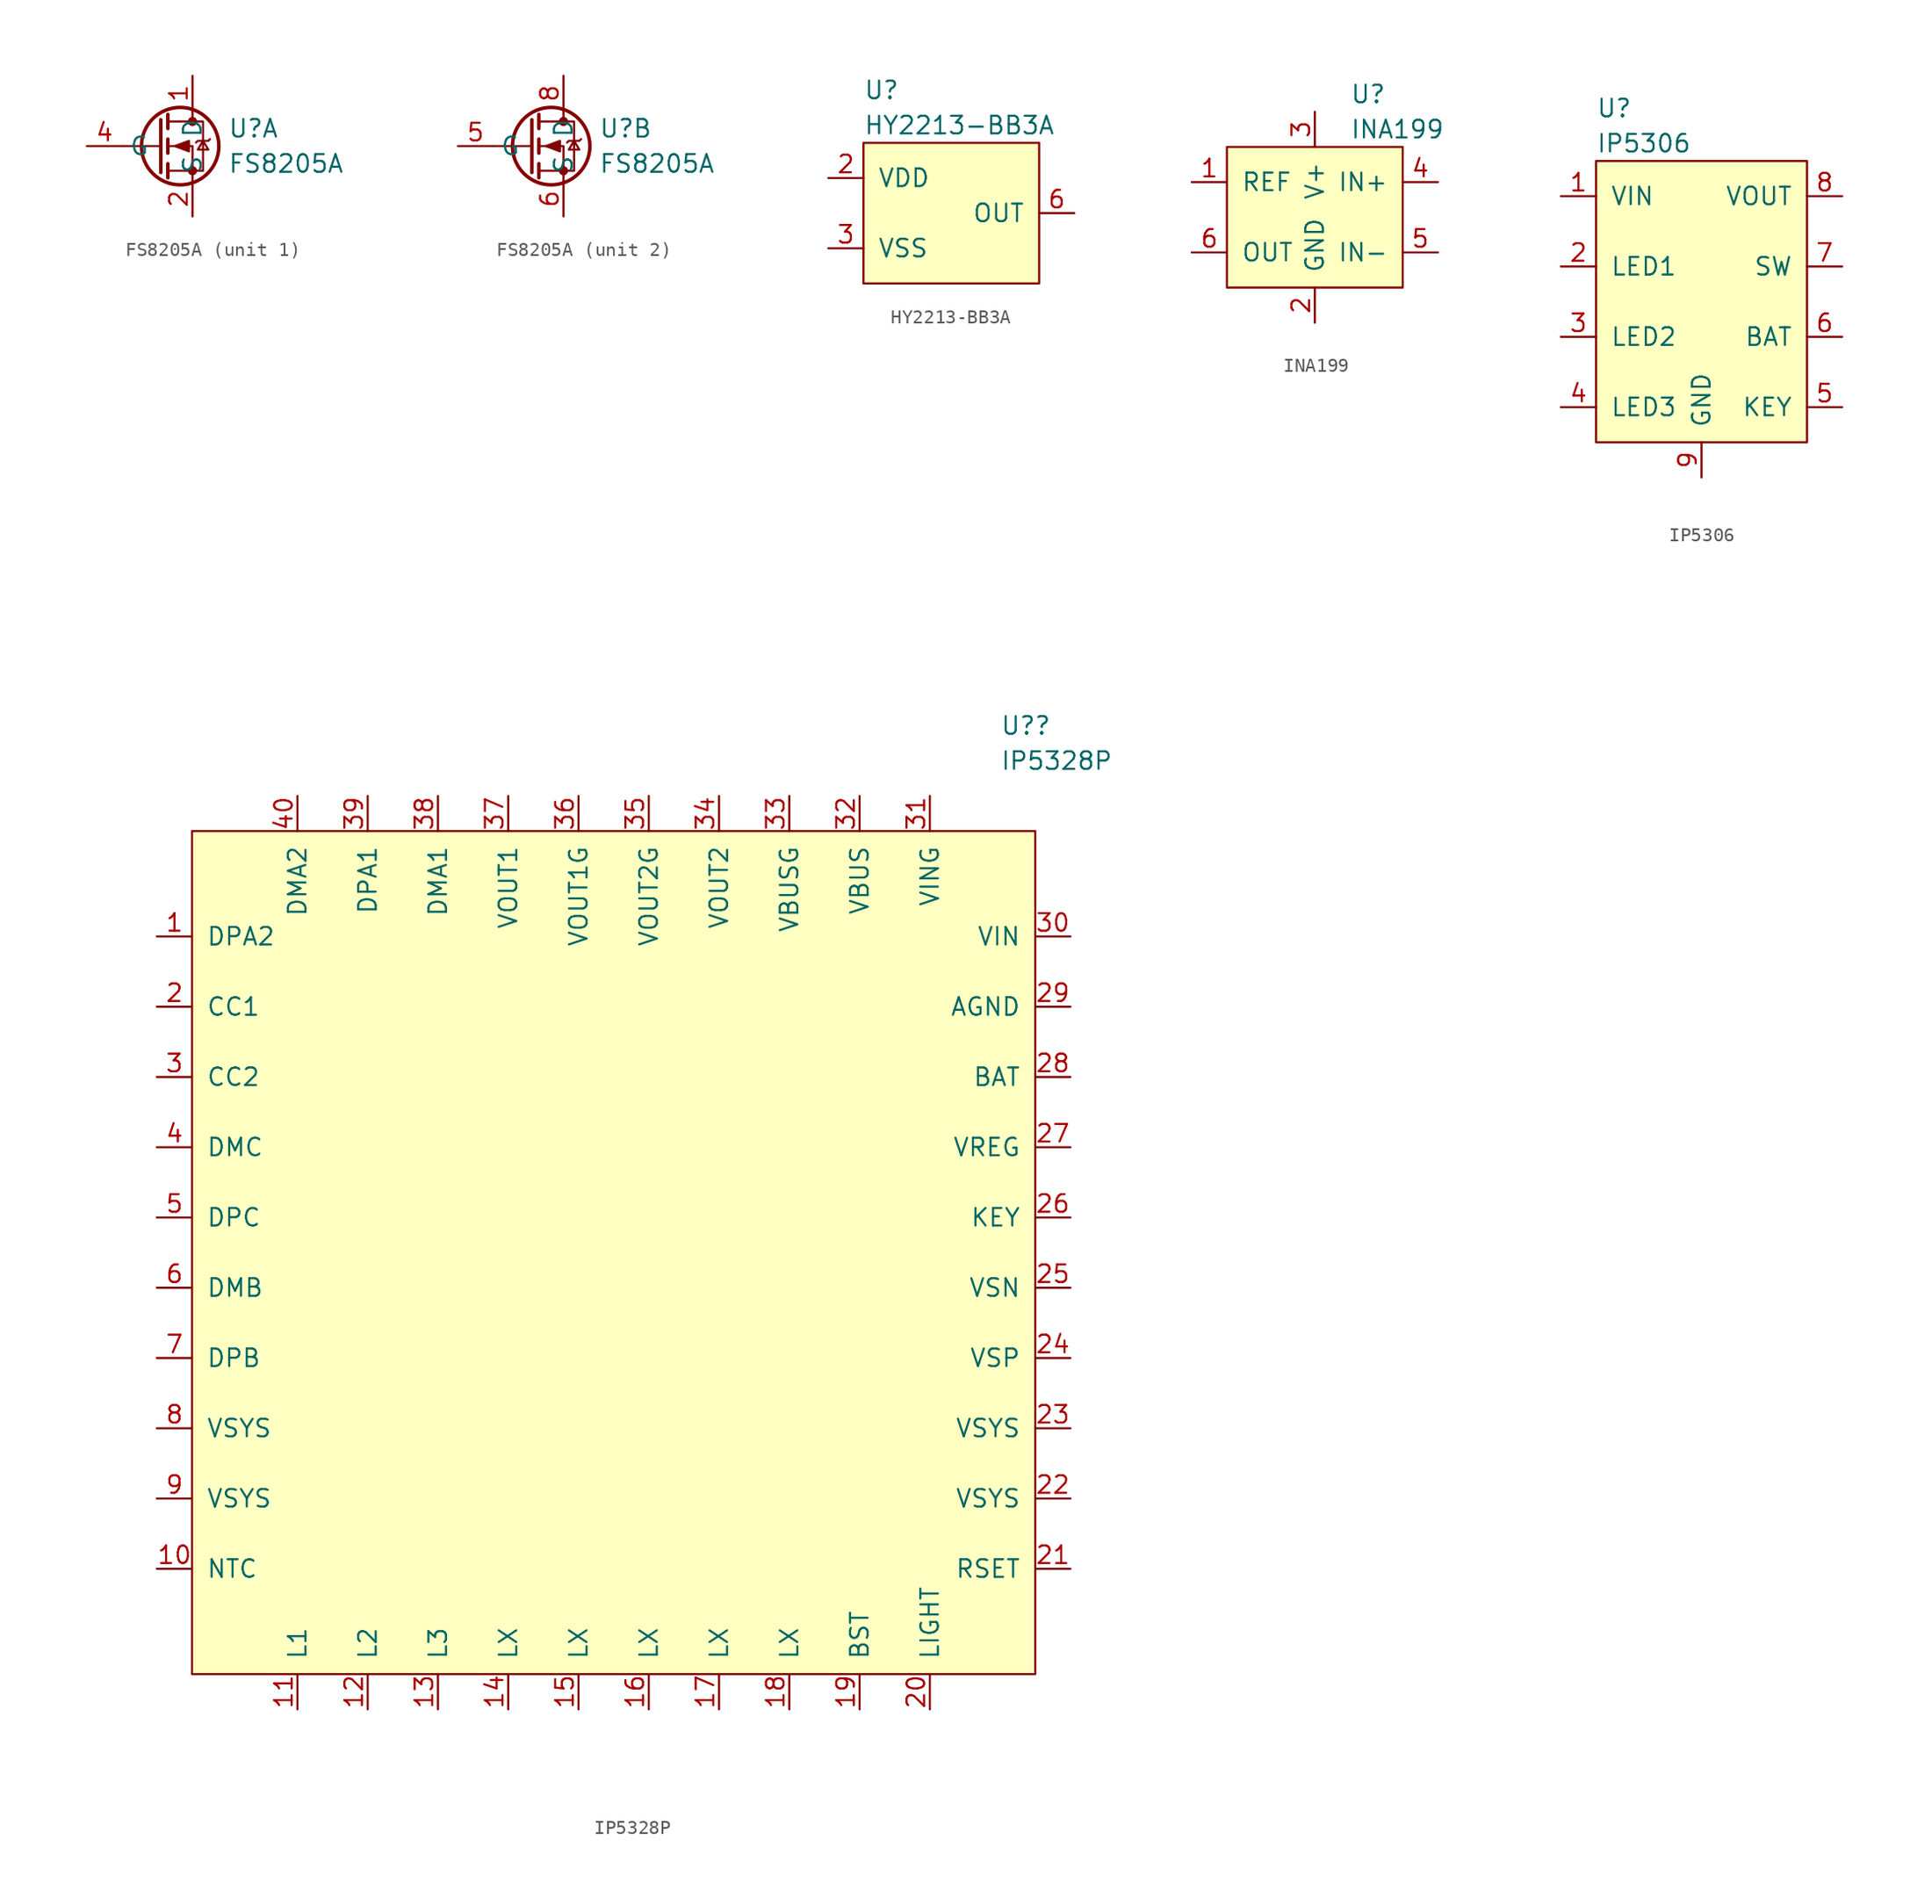
<source format=kicad_sym>
(kicad_symbol_lib
  (version 20220914)
  (generator kicad_symbol_editor)
  (symbol "FS8205A"
    (property "Reference" "U"
      (at 5.08 1.27 0)
      (effects (font (size 1.27 1.27)) (justify left)))
    (property "Value" "FS8205A"
      (at 5.08 -1.27 0)
      (effects (font (size 1.27 1.27)) (justify left)))
    (symbol "FS8205A_1_1"
      (polyline (pts (xy 0.254 0) (xy -2.54 0)) (stroke (width 0) (type default)) (fill (type none)))
      (polyline (pts (xy 0.254 1.905) (xy 0.254 -1.905)) (stroke (width 0.254) (type default)) (fill (type none)))
      (polyline (pts (xy 0.762 -1.27) (xy 0.762 -2.286)) (stroke (width 0.254) (type default)) (fill (type none)))
      (polyline (pts (xy 0.762 0.508) (xy 0.762 -0.508)) (stroke (width 0.254) (type default)) (fill (type none)))
      (polyline (pts (xy 0.762 2.286) (xy 0.762 1.27)) (stroke (width 0.254) (type default)) (fill (type none)))
      (polyline (pts (xy 2.54 2.54) (xy 2.54 1.778)) (stroke (width 0) (type default)) (fill (type none)))
      (polyline (pts (xy 2.54 -2.54) (xy 2.54 0) (xy 0.762 0)) (stroke (width 0) (type default)) (fill (type none)))
      (polyline (pts (xy 0.762 1.778) (xy 3.302 1.778) (xy 3.302 -1.778) (xy 0.762 -1.778)) (stroke (width 0) (type default)) (fill (type none)))
      (polyline (pts (xy 1.27 0) (xy 2.286 -0.381) (xy 2.286 0.381) (xy 1.27 0)) (stroke (width 0) (type default)) (fill (type outline)))
      (polyline (pts (xy 2.794 0.254) (xy 2.921 0.381) (xy 3.683 0.381) (xy 3.81 0.508)) (stroke (width 0) (type default)) (fill (type none)))
      (polyline (pts (xy 3.302 0.381) (xy 3.683 -0.254) (xy 2.921 -0.254) (xy 3.302 0.381)) (stroke (width 0) (type default)) (fill (type none)))
      (circle (center 1.651 0) (radius 2.794) (stroke (width 0.254) (type default)) (fill (type none)))
      (circle (center 2.54 -1.778) (radius 0.254) (stroke (width 0) (type default)) (fill (type outline)))
      (circle (center 2.54 1.778) (radius 0.254) (stroke (width 0) (type default)) (fill (type outline)))
      (pin passive line (at 2.54 5.08 270) (length 2.54) (name "D" (effects (font (size 1.27 1.27)))) (number "1" (effects (font (size 1.27 1.27)))))
      (pin passive line (at 2.54 -5.08 90) (length 2.54) (name "S" (effects (font (size 1.27 1.27)))) (number "2" (effects (font (size 1.27 1.27)))))
      (pin passive line (at 2.54 -5.08 90) (length 2.54) hide (name "S" (effects (font (size 1.27 1.27)))) (number "3" (effects (font (size 1.27 1.27)))))
      (pin input line (at -5.08 0 0) (length 2.54) (name "G" (effects (font (size 1.27 1.27)))) (number "4" (effects (font (size 1.27 1.27)))))
      (pin passive line (at 2.54 -5.08 90) (length 2.54) hide (name "S" (effects (font (size 1.27 1.27)))) (number "7-UA" (effects (font (size 1.27 1.27))))))
    (symbol "FS8205A_2_1"
      (polyline (pts (xy 0.254 0) (xy -2.54 0)) (stroke (width 0) (type default)) (fill (type none)))
      (polyline (pts (xy 0.254 1.905) (xy 0.254 -1.905)) (stroke (width 0.254) (type default)) (fill (type none)))
      (polyline (pts (xy 0.762 -1.27) (xy 0.762 -2.286)) (stroke (width 0.254) (type default)) (fill (type none)))
      (polyline (pts (xy 0.762 0.508) (xy 0.762 -0.508)) (stroke (width 0.254) (type default)) (fill (type none)))
      (polyline (pts (xy 0.762 2.286) (xy 0.762 1.27)) (stroke (width 0.254) (type default)) (fill (type none)))
      (polyline (pts (xy 2.54 2.54) (xy 2.54 1.778)) (stroke (width 0) (type default)) (fill (type none)))
      (polyline (pts (xy 2.54 -2.54) (xy 2.54 0) (xy 0.762 0)) (stroke (width 0) (type default)) (fill (type none)))
      (polyline (pts (xy 0.762 1.778) (xy 3.302 1.778) (xy 3.302 -1.778) (xy 0.762 -1.778)) (stroke (width 0) (type default)) (fill (type none)))
      (polyline (pts (xy 1.27 0) (xy 2.286 -0.381) (xy 2.286 0.381) (xy 1.27 0)) (stroke (width 0) (type default)) (fill (type outline)))
      (polyline (pts (xy 2.794 0.254) (xy 2.921 0.381) (xy 3.683 0.381) (xy 3.81 0.508)) (stroke (width 0) (type default)) (fill (type none)))
      (polyline (pts (xy 3.302 0.381) (xy 3.683 -0.254) (xy 2.921 -0.254) (xy 3.302 0.381)) (stroke (width 0) (type default)) (fill (type none)))
      (circle (center 1.651 0) (radius 2.794) (stroke (width 0.254) (type default)) (fill (type none)))
      (circle (center 2.54 -1.778) (radius 0.254) (stroke (width 0) (type default)) (fill (type outline)))
      (circle (center 2.54 1.778) (radius 0.254) (stroke (width 0) (type default)) (fill (type outline)))
      (pin passive line (at 2.54 -5.08 90) (length 2.54) hide (name "S" (effects (font (size 1.27 1.27)))) (number "3-UB" (effects (font (size 1.27 1.27)))))
      (pin input line (at -5.08 0 0) (length 2.54) (name "G" (effects (font (size 1.27 1.27)))) (number "5" (effects (font (size 1.27 1.27)))))
      (pin passive line (at 2.54 -5.08 90) (length 2.54) (name "S" (effects (font (size 1.27 1.27)))) (number "6" (effects (font (size 1.27 1.27)))))
      (pin passive line (at 2.54 -5.08 90) (length 2.54) hide (name "S" (effects (font (size 1.27 1.27)))) (number "7" (effects (font (size 1.27 1.27)))))
      (pin passive line (at 2.54 5.08 270) (length 2.54) (name "D" (effects (font (size 1.27 1.27)))) (number "8" (effects (font (size 1.27 1.27)))))))
  (symbol "HY2213-BB3A"
    (pin_names
      (offset 1.016))
    (property "Reference" "U"
      (at -6.35 8.89 0)
      (effects (font (size 1.27 1.27)) (justify left)))
    (property "Value" "HY2213-BB3A"
      (at -6.35 6.35 0)
      (effects (font (size 1.27 1.27)) (justify left)))
    (symbol "HY2213-BB3A_0_1"
      (rectangle (start -6.35 5.08) (end 6.35 -5.08) (stroke (width 0) (type default)) (fill (type background))))
    (symbol "HY2213-BB3A_1_1"
      (pin no_connect line (at -8.89 0 0) (length 2.54) hide (name "NC" (effects (font (size 1.27 1.27)))) (number "1" (effects (font (size 1.27 1.27)))))
      (pin power_in line (at -8.89 2.54 0) (length 2.54) (name "VDD" (effects (font (size 1.27 1.27)))) (number "2" (effects (font (size 1.27 1.27)))))
      (pin power_in line (at -8.89 -2.54 0) (length 2.54) (name "VSS" (effects (font (size 1.27 1.27)))) (number "3" (effects (font (size 1.27 1.27)))))
      (pin no_connect line (at 8.89 -2.286 180) (length 2.54) hide (name "NC" (effects (font (size 1.27 1.27)))) (number "4" (effects (font (size 1.27 1.27)))))
      (pin no_connect line (at 8.89 2.54 180) (length 2.54) hide (name "NC" (effects (font (size 1.27 1.27)))) (number "5" (effects (font (size 1.27 1.27)))))
      (pin output line (at 8.89 0 180) (length 2.54) (name "OUT" (effects (font (size 1.27 1.27)))) (number "6" (effects (font (size 1.27 1.27)))))))
  (symbol "INA199"
    (pin_names
      (offset 1.016))
    (property "Reference" "U"
      (at 2.54 8.89 0)
      (effects (font (size 1.27 1.27)) (justify left)))
    (property "Value" "INA199"
      (at 2.54 6.35 0)
      (effects (font (size 1.27 1.27)) (justify left)))
    (symbol "INA199_0_1"
      (rectangle (start -6.35 5.08) (end 6.35 -5.08) (stroke (width 0) (type default)) (fill (type background))))
    (symbol "INA199_1_1"
      (pin power_in line (at -8.89 2.54 0) (length 2.54) (name "REF" (effects (font (size 1.27 1.27)))) (number "1" (effects (font (size 1.27 1.27)))))
      (pin power_in line (at 0 -7.62 90) (length 2.54) (name "GND" (effects (font (size 1.27 1.27)))) (number "2" (effects (font (size 1.27 1.27)))))
      (pin power_in line (at 0 7.62 270) (length 2.54) (name "V+" (effects (font (size 1.27 1.27)))) (number "3" (effects (font (size 1.27 1.27)))))
      (pin input line (at 8.89 2.54 180) (length 2.54) (name "IN+" (effects (font (size 1.27 1.27)))) (number "4" (effects (font (size 1.27 1.27)))))
      (pin input line (at 8.89 -2.54 180) (length 2.54) (name "IN-" (effects (font (size 1.27 1.27)))) (number "5" (effects (font (size 1.27 1.27)))))
      (pin output line (at -8.89 -2.54 0) (length 2.54) (name "OUT" (effects (font (size 1.27 1.27)))) (number "6" (effects (font (size 1.27 1.27)))))))
  (symbol "IP5306"
    (pin_names
      (offset 1.016))
    (property "Reference" "U"
      (at -7.62 13.97 0)
      (effects (font (size 1.27 1.27)) (justify left)))
    (property "Value" "IP5306"
      (at -7.62 11.43 0)
      (effects (font (size 1.27 1.27)) (justify left)))
    (symbol "IP5306_0_1"
      (rectangle (start -7.62 10.16) (end 7.62 -10.16) (stroke (width 0) (type default)) (fill (type background))))
    (symbol "IP5306_1_1"
      (pin power_in line (at -10.16 7.62 0) (length 2.54) (name "VIN" (effects (font (size 1.27 1.27)))) (number "1" (effects (font (size 1.27 1.27)))))
      (pin bidirectional line (at -10.16 2.54 0) (length 2.54) (name "LED1" (effects (font (size 1.27 1.27)))) (number "2" (effects (font (size 1.27 1.27)))))
      (pin bidirectional line (at -10.16 -2.54 0) (length 2.54) (name "LED2" (effects (font (size 1.27 1.27)))) (number "3" (effects (font (size 1.27 1.27)))))
      (pin bidirectional line (at -10.16 -7.62 0) (length 2.54) (name "LED3" (effects (font (size 1.27 1.27)))) (number "4" (effects (font (size 1.27 1.27)))))
      (pin input line (at 10.16 -7.62 180) (length 2.54) (name "KEY" (effects (font (size 1.27 1.27)))) (number "5" (effects (font (size 1.27 1.27)))))
      (pin bidirectional line (at 10.16 -2.54 180) (length 2.54) (name "BAT" (effects (font (size 1.27 1.27)))) (number "6" (effects (font (size 1.27 1.27)))))
      (pin power_in line (at 10.16 2.54 180) (length 2.54) (name "SW" (effects (font (size 1.27 1.27)))) (number "7" (effects (font (size 1.27 1.27)))))
      (pin power_out line (at 10.16 7.62 180) (length 2.54) (name "VOUT" (effects (font (size 1.27 1.27)))) (number "8" (effects (font (size 1.27 1.27)))))
      (pin power_in line (at 0 -12.7 90) (length 2.54) (name "GND" (effects (font (size 1.27 1.27)))) (number "9" (effects (font (size 1.27 1.27)))))))
  (symbol "IP5328P"
    (pin_names
      (offset 1.016))
    (property "Reference" "U?"
      (at 27.94 38.1 0)
      (effects (font (size 1.27 1.27)) (justify left)))
    (property "Value" "IP5328P"
      (at 27.94 35.56 0)
      (effects (font (size 1.27 1.27)) (justify left)))
    (symbol "IP5328P_0_1"
      (rectangle (start -30.48 30.48) (end 30.48 -30.48) (stroke (width 0) (type default)) (fill (type background))))
    (symbol "IP5328P_1_1"
      (pin bidirectional line (at -33.02 22.86 0) (length 2.54) (name "DPA2" (effects (font (size 1.27 1.27)))) (number "1" (effects (font (size 1.27 1.27)))))
      (pin input line (at -33.02 -22.86 0) (length 2.54) (name "NTC" (effects (font (size 1.27 1.27)))) (number "10" (effects (font (size 1.27 1.27)))))
      (pin bidirectional line (at -22.86 -33.02 90) (length 2.54) (name "L1" (effects (font (size 1.27 1.27)))) (number "11" (effects (font (size 1.27 1.27)))))
      (pin bidirectional line (at -17.78 -33.02 90) (length 2.54) (name "L2" (effects (font (size 1.27 1.27)))) (number "12" (effects (font (size 1.27 1.27)))))
      (pin bidirectional line (at -12.7 -33.02 90) (length 2.54) (name "L3" (effects (font (size 1.27 1.27)))) (number "13" (effects (font (size 1.27 1.27)))))
      (pin power_out line (at -7.62 -33.02 90) (length 2.54) (name "LX" (effects (font (size 1.27 1.27)))) (number "14" (effects (font (size 1.27 1.27)))))
      (pin power_out line (at -2.54 -33.02 90) (length 2.54) (name "LX" (effects (font (size 1.27 1.27)))) (number "15" (effects (font (size 1.27 1.27)))))
      (pin power_out line (at 2.54 -33.02 90) (length 2.54) (name "LX" (effects (font (size 1.27 1.27)))) (number "16" (effects (font (size 1.27 1.27)))))
      (pin power_out line (at 7.62 -33.02 90) (length 2.54) (name "LX" (effects (font (size 1.27 1.27)))) (number "17" (effects (font (size 1.27 1.27)))))
      (pin power_out line (at 12.7 -33.02 90) (length 2.54) (name "LX" (effects (font (size 1.27 1.27)))) (number "18" (effects (font (size 1.27 1.27)))))
      (pin input line (at 17.78 -33.02 90) (length 2.54) (name "BST" (effects (font (size 1.27 1.27)))) (number "19" (effects (font (size 1.27 1.27)))))
      (pin input line (at -33.02 17.78 0) (length 2.54) (name "CC1" (effects (font (size 1.27 1.27)))) (number "2" (effects (font (size 1.27 1.27)))))
      (pin output line (at 22.86 -33.02 90) (length 2.54) (name "LIGHT" (effects (font (size 1.27 1.27)))) (number "20" (effects (font (size 1.27 1.27)))))
      (pin power_out line (at 33.02 -22.86 180) (length 2.54) (name "RSET" (effects (font (size 1.27 1.27)))) (number "21" (effects (font (size 1.27 1.27)))))
      (pin power_in line (at 33.02 -17.78 180) (length 2.54) (name "VSYS" (effects (font (size 1.27 1.27)))) (number "22" (effects (font (size 1.27 1.27)))))
      (pin power_in line (at 33.02 -12.7 180) (length 2.54) (name "VSYS" (effects (font (size 1.27 1.27)))) (number "23" (effects (font (size 1.27 1.27)))))
      (pin input line (at 33.02 -7.62 180) (length 2.54) (name "VSP" (effects (font (size 1.27 1.27)))) (number "24" (effects (font (size 1.27 1.27)))))
      (pin input line (at 33.02 -2.54 180) (length 2.54) (name "VSN" (effects (font (size 1.27 1.27)))) (number "25" (effects (font (size 1.27 1.27)))))
      (pin input line (at 33.02 2.54 180) (length 2.54) (name "KEY" (effects (font (size 1.27 1.27)))) (number "26" (effects (font (size 1.27 1.27)))))
      (pin power_out line (at 33.02 7.62 180) (length 2.54) (name "VREG" (effects (font (size 1.27 1.27)))) (number "27" (effects (font (size 1.27 1.27)))))
      (pin power_in line (at 33.02 12.7 180) (length 2.54) (name "BAT" (effects (font (size 1.27 1.27)))) (number "28" (effects (font (size 1.27 1.27)))))
      (pin power_in line (at 33.02 17.78 180) (length 2.54) (name "AGND" (effects (font (size 1.27 1.27)))) (number "29" (effects (font (size 1.27 1.27)))))
      (pin input line (at -33.02 12.7 0) (length 2.54) (name "CC2" (effects (font (size 1.27 1.27)))) (number "3" (effects (font (size 1.27 1.27)))))
      (pin input line (at 33.02 22.86 180) (length 2.54) (name "VIN" (effects (font (size 1.27 1.27)))) (number "30" (effects (font (size 1.27 1.27)))))
      (pin output line (at 22.86 33.02 270) (length 2.54) (name "VING" (effects (font (size 1.27 1.27)))) (number "31" (effects (font (size 1.27 1.27)))))
      (pin input line (at 17.78 33.02 270) (length 2.54) (name "VBUS" (effects (font (size 1.27 1.27)))) (number "32" (effects (font (size 1.27 1.27)))))
      (pin output line (at 12.7 33.02 270) (length 2.54) (name "VBUSG" (effects (font (size 1.27 1.27)))) (number "33" (effects (font (size 1.27 1.27)))))
      (pin input line (at 7.62 33.02 270) (length 2.54) (name "VOUT2" (effects (font (size 1.27 1.27)))) (number "34" (effects (font (size 1.27 1.27)))))
      (pin output line (at 2.54 33.02 270) (length 2.54) (name "VOUT2G" (effects (font (size 1.27 1.27)))) (number "35" (effects (font (size 1.27 1.27)))))
      (pin output line (at -2.54 33.02 270) (length 2.54) (name "VOUT1G" (effects (font (size 1.27 1.27)))) (number "36" (effects (font (size 1.27 1.27)))))
      (pin input line (at -7.62 33.02 270) (length 2.54) (name "VOUT1" (effects (font (size 1.27 1.27)))) (number "37" (effects (font (size 1.27 1.27)))))
      (pin bidirectional line (at -12.7 33.02 270) (length 2.54) (name "DMA1" (effects (font (size 1.27 1.27)))) (number "38" (effects (font (size 1.27 1.27)))))
      (pin bidirectional line (at -17.78 33.02 270) (length 2.54) (name "DPA1" (effects (font (size 1.27 1.27)))) (number "39" (effects (font (size 1.27 1.27)))))
      (pin bidirectional line (at -33.02 7.62 0) (length 2.54) (name "DMC" (effects (font (size 1.27 1.27)))) (number "4" (effects (font (size 1.27 1.27)))))
      (pin bidirectional line (at -22.86 33.02 270) (length 2.54) (name "DMA2" (effects (font (size 1.27 1.27)))) (number "40" (effects (font (size 1.27 1.27)))))
      (pin power_in line (at 33.02 17.78 180) (length 2.54) hide (name "AGND" (effects (font (size 1.27 1.27)))) (number "41" (effects (font (size 1.27 1.27)))))
      (pin bidirectional line (at -33.02 2.54 0) (length 2.54) (name "DPC" (effects (font (size 1.27 1.27)))) (number "5" (effects (font (size 1.27 1.27)))))
      (pin bidirectional line (at -33.02 -2.54 0) (length 2.54) (name "DMB" (effects (font (size 1.27 1.27)))) (number "6" (effects (font (size 1.27 1.27)))))
      (pin bidirectional line (at -33.02 -7.62 0) (length 2.54) (name "DPB" (effects (font (size 1.27 1.27)))) (number "7" (effects (font (size 1.27 1.27)))))
      (pin power_in line (at -33.02 -12.7 0) (length 2.54) (name "VSYS" (effects (font (size 1.27 1.27)))) (number "8" (effects (font (size 1.27 1.27)))))
      (pin power_in line (at -33.02 -17.78 0) (length 2.54) (name "VSYS" (effects (font (size 1.27 1.27)))) (number "9" (effects (font (size 1.27 1.27))))))))
</source>
